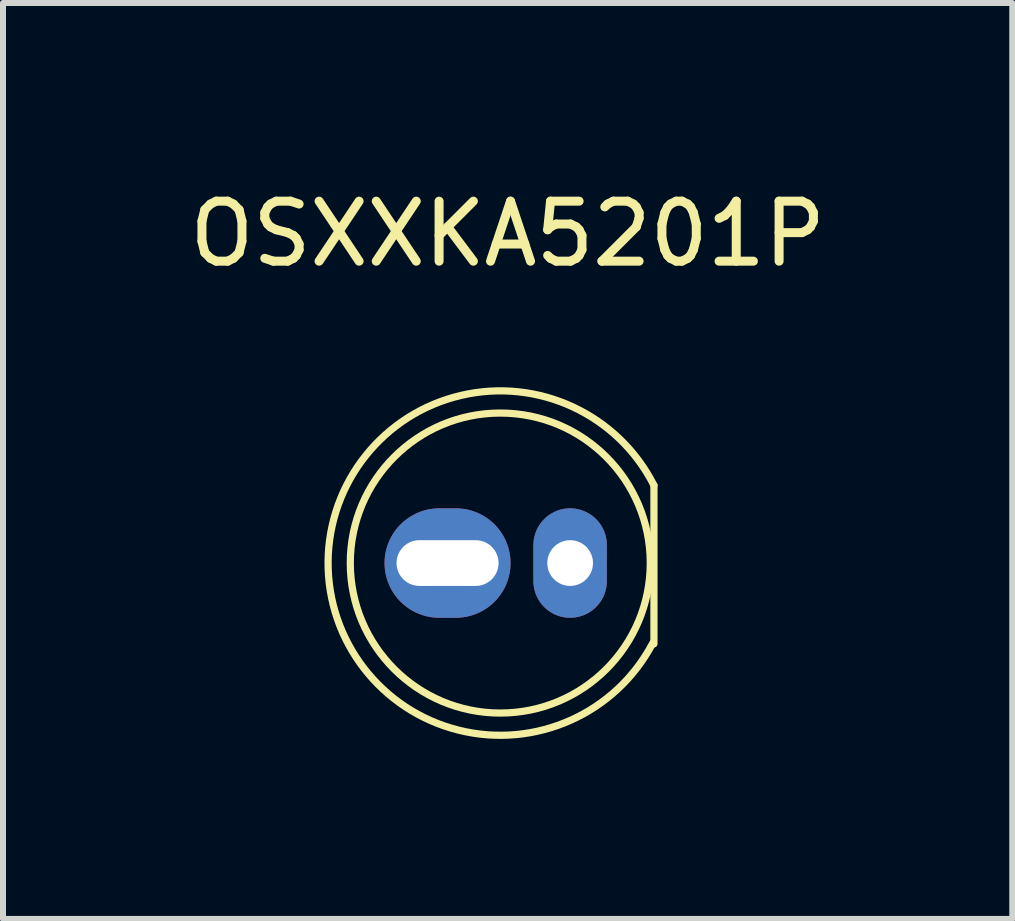
<source format=kicad_pcb>
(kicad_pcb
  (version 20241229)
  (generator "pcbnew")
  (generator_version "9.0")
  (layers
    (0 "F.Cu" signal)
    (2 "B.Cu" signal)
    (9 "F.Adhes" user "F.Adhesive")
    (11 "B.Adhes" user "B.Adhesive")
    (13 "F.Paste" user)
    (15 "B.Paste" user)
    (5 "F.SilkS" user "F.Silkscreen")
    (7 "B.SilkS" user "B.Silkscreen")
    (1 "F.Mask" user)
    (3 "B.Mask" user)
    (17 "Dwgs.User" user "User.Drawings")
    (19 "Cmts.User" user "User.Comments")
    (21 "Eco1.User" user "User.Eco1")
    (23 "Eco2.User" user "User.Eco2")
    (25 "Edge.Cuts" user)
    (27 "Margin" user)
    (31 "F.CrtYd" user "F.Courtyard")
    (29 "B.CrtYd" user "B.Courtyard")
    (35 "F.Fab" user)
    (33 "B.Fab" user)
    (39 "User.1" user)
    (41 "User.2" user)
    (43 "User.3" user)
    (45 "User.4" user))
  (footprint "OSXXKA5201P"
    (layer "F.Cu")
    (at 5.309 6.436)
    (property "Reference" "OSXXKA5201P" (at 0.102 -5.588 0) (unlocked yes) (layer "F.SilkS") (effects (font (size 1 1) (thickness 0.15))))
    (attr through_hole)
    (fp_line (start 2.54 -1.397) (end 2.54 1.245) (stroke (width 0.12) (type default)) (layer "F.SilkS"))
    (fp_arc (start 2.519389 1.233766) (mid -2.890891 -0.124084) (end 2.54 -1.397) (stroke (width 0.12) (type default)) (layer "F.SilkS"))
    (fp_circle (center -0.021 -0.102) (end 2.479 -0.102) (stroke (width 0.12) (type default)) (fill no) (layer "F.SilkS"))
    (pad "1" thru_hole oval (at -0.9 -0.102) (size 2.1 1.824) (drill oval 1.7 0.762) (layers "*.Cu" "*.Mask"))
    (pad "2" thru_hole oval (at 1.143 -0.102) (size 1.224 1.824) (drill 0.762) (layers "*.Cu" "*.Mask")))
  (gr_rect
    (start -3 -3)
    (end 13.821 12.265)
    (stroke (width 0.1) (type default))
    (fill no)
    (layer "Edge.Cuts")))
</source>
